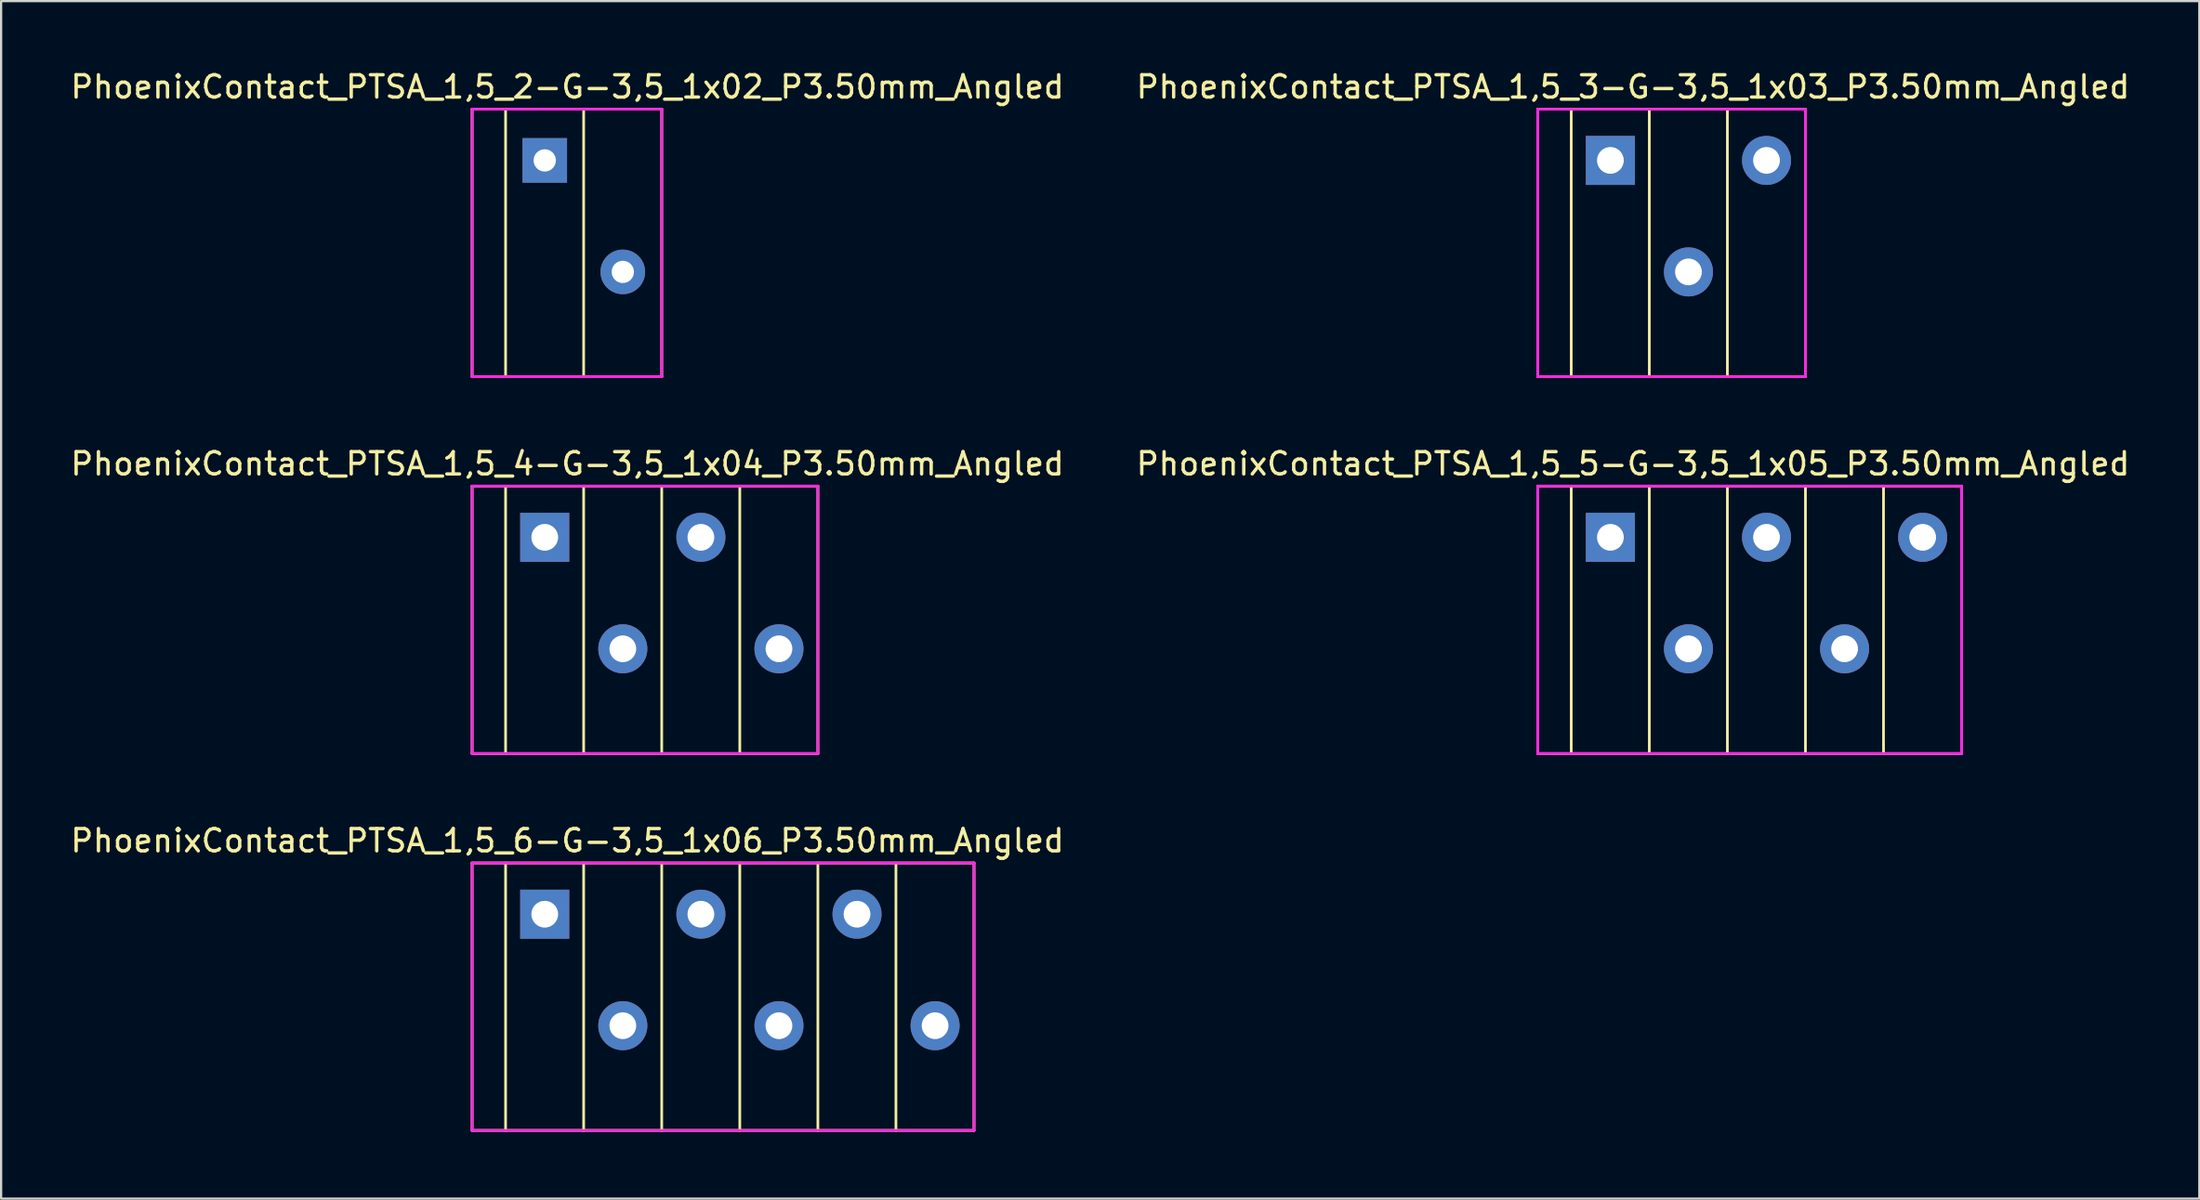
<source format=kicad_pcb>
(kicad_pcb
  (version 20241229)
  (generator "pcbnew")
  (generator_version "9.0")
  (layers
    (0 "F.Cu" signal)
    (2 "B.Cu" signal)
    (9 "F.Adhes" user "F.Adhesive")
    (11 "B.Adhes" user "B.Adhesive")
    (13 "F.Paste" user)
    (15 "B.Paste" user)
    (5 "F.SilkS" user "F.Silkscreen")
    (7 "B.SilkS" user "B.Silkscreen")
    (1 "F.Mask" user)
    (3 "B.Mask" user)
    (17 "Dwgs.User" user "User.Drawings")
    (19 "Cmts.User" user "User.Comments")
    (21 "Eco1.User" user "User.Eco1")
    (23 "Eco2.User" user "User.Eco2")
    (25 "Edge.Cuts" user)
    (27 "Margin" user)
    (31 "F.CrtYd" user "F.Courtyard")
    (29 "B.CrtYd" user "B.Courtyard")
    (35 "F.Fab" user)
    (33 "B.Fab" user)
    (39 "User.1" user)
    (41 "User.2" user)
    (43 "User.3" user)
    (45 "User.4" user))
  (footprint "PhoenixContact_PTSA_1,5_4-G-3,5_1x04_P3.50mm_Angled"
    (layer "F.Cu")
    (at 21.371 26.055)
    (property "Reference" "PhoenixContact_PTSA_1,5_4-G-3,5_1x04_P3.50mm_Angled" (at 1.016 -8.298 0) (layer "F.SilkS") (effects (font (size 1 1) (thickness 0.15))))
    (attr through_hole)
    (fp_line (start -3.255 -7.298) (end 12.245 -7.298) (stroke (width 0.12) (type solid)) (layer "F.SilkS"))
    (fp_line (start -3.255 4.702) (end -3.255 -7.298) (stroke (width 0.12) (type solid)) (layer "F.SilkS"))
    (fp_line (start -1.755 4.702) (end -1.755 -7.298) (stroke (width 0.12) (type solid)) (layer "F.SilkS"))
    (fp_line (start 1.745 4.702) (end 1.745 -7.298) (stroke (width 0.12) (type solid)) (layer "F.SilkS"))
    (fp_line (start 5.245 -7.298) (end 5.245 4.702) (stroke (width 0.12) (type solid)) (layer "F.SilkS"))
    (fp_line (start 8.745 -7.298) (end 8.745 4.702) (stroke (width 0.12) (type solid)) (layer "F.SilkS"))
    (fp_line (start 12.245 -7.298) (end 12.245 4.702) (stroke (width 0.12) (type solid)) (layer "F.SilkS"))
    (fp_line (start 12.245 4.702) (end -3.255 4.702) (stroke (width 0.12) (type solid)) (layer "F.SilkS"))
    (fp_line (start -3.255 -7.298) (end 12.245 -7.298) (stroke (width 0.12) (type solid)) (layer "F.CrtYd"))
    (fp_line (start -3.255 4.702) (end -3.255 -7.298) (stroke (width 0.12) (type solid)) (layer "F.CrtYd"))
    (fp_line (start 12.245 -7.298) (end 12.245 4.702) (stroke (width 0.12) (type solid)) (layer "F.CrtYd"))
    (fp_line (start 12.245 4.702) (end -3.255 4.702) (stroke (width 0.12) (type solid)) (layer "F.CrtYd"))
    (pad "1" thru_hole rect (at 0 -5) (size 2.2 2.2) (drill 1.2) (layers "*.Cu" "*.Mask"))
    (pad "2" thru_hole circle (at 3.5 0.002) (size 2.2 2.2) (drill 1.2) (layers "*.Cu" "*.Mask"))
    (pad "3" thru_hole circle (at 7 -5) (size 2.2 2.2) (drill 1.2) (layers "*.Cu" "*.Mask"))
    (pad "4" thru_hole circle (at 10.5 0.002) (size 2.2 2.2) (drill 1.2) (layers "*.Cu" "*.Mask")))
  (footprint "PhoenixContact_PTSA_1,5_2-G-3,5_1x02_P3.50mm_Angled"
    (layer "F.Cu")
    (at 21.371 9.146)
    (property "Reference" "PhoenixContact_PTSA_1,5_2-G-3,5_1x02_P3.50mm_Angled" (at 1.016 -8.298 0) (layer "F.SilkS") (effects (font (size 1 1) (thickness 0.15))))
    (attr through_hole)
    (fp_line (start -3.255 -7.298) (end 5.245 -7.298) (stroke (width 0.12) (type solid)) (layer "F.SilkS"))
    (fp_line (start -3.255 4.702) (end -3.255 -7.298) (stroke (width 0.12) (type solid)) (layer "F.SilkS"))
    (fp_line (start -1.755 4.702) (end -1.755 -7.298) (stroke (width 0.12) (type solid)) (layer "F.SilkS"))
    (fp_line (start 1.745 4.702) (end 1.745 -7.298) (stroke (width 0.12) (type solid)) (layer "F.SilkS"))
    (fp_line (start 5.245 -7.298) (end 5.245 4.702) (stroke (width 0.12) (type solid)) (layer "F.SilkS"))
    (fp_line (start 5.245 4.702) (end -3.255 4.702) (stroke (width 0.12) (type solid)) (layer "F.SilkS"))
    (fp_line (start -3.255 -7.298) (end 5.245 -7.298) (stroke (width 0.12) (type solid)) (layer "F.CrtYd"))
    (fp_line (start -3.255 4.702) (end -3.255 -7.298) (stroke (width 0.12) (type solid)) (layer "F.CrtYd"))
    (fp_line (start 5.245 -7.298) (end 5.245 4.702) (stroke (width 0.12) (type solid)) (layer "F.CrtYd"))
    (fp_line (start 5.245 4.702) (end -3.255 4.702) (stroke (width 0.12) (type solid)) (layer "F.CrtYd"))
    (pad "1" thru_hole rect (at 0 -5) (size 2 2) (drill 1) (layers "*.Cu" "*.Mask"))
    (pad "2" thru_hole circle (at 3.5 0.002) (size 2 2) (drill 1) (layers "*.Cu" "*.Mask")))
  (footprint "PhoenixContact_PTSA_1,5_5-G-3,5_1x05_P3.50mm_Angled"
    (layer "F.Cu")
    (at 69.145 26.055)
    (property "Reference" "PhoenixContact_PTSA_1,5_5-G-3,5_1x05_P3.50mm_Angled" (at 1.016 -8.298 0) (layer "F.SilkS") (effects (font (size 1 1) (thickness 0.15))))
    (attr through_hole)
    (fp_line (start -3.255 -7.298) (end 15.745 -7.298) (stroke (width 0.12) (type solid)) (layer "F.SilkS"))
    (fp_line (start -3.255 4.702) (end -3.255 -7.298) (stroke (width 0.12) (type solid)) (layer "F.SilkS"))
    (fp_line (start -1.755 4.702) (end -1.755 -7.298) (stroke (width 0.12) (type solid)) (layer "F.SilkS"))
    (fp_line (start 1.745 4.702) (end 1.745 -7.298) (stroke (width 0.12) (type solid)) (layer "F.SilkS"))
    (fp_line (start 5.245 -7.298) (end 5.245 4.702) (stroke (width 0.12) (type solid)) (layer "F.SilkS"))
    (fp_line (start 8.745 -7.298) (end 8.745 4.702) (stroke (width 0.12) (type solid)) (layer "F.SilkS"))
    (fp_line (start 12.245 -7.298) (end 12.245 4.702) (stroke (width 0.12) (type solid)) (layer "F.SilkS"))
    (fp_line (start 15.745 -7.298) (end 15.745 4.702) (stroke (width 0.12) (type solid)) (layer "F.SilkS"))
    (fp_line (start 15.745 4.702) (end -3.255 4.702) (stroke (width 0.12) (type solid)) (layer "F.SilkS"))
    (fp_line (start -3.255 -7.298) (end 15.745 -7.298) (stroke (width 0.12) (type solid)) (layer "F.CrtYd"))
    (fp_line (start -3.255 4.702) (end -3.255 -7.298) (stroke (width 0.12) (type solid)) (layer "F.CrtYd"))
    (fp_line (start 15.745 -7.298) (end 15.745 4.702) (stroke (width 0.12) (type solid)) (layer "F.CrtYd"))
    (fp_line (start 15.745 4.702) (end -3.255 4.702) (stroke (width 0.12) (type solid)) (layer "F.CrtYd"))
    (pad "1" thru_hole rect (at 0 -5) (size 2.2 2.2) (drill 1.2) (layers "*.Cu" "*.Mask"))
    (pad "2" thru_hole circle (at 3.5 0.002) (size 2.2 2.2) (drill 1.2) (layers "*.Cu" "*.Mask"))
    (pad "3" thru_hole circle (at 7 -5) (size 2.2 2.2) (drill 1.2) (layers "*.Cu" "*.Mask"))
    (pad "4" thru_hole circle (at 10.5 0.002) (size 2.2 2.2) (drill 1.2) (layers "*.Cu" "*.Mask"))
    (pad "5" thru_hole circle (at 14 -5) (size 2.2 2.2) (drill 1.2) (layers "*.Cu" "*.Mask")))
  (footprint "PhoenixContact_PTSA_1,5_3-G-3,5_1x03_P3.50mm_Angled"
    (layer "F.Cu")
    (at 69.145 9.146)
    (property "Reference" "PhoenixContact_PTSA_1,5_3-G-3,5_1x03_P3.50mm_Angled" (at 1.016 -8.298 0) (layer "F.SilkS") (effects (font (size 1 1) (thickness 0.15))))
    (attr through_hole)
    (fp_line (start -3.255 -7.298) (end 8.745 -7.298) (stroke (width 0.12) (type solid)) (layer "F.SilkS"))
    (fp_line (start -3.255 4.702) (end -3.255 -7.298) (stroke (width 0.12) (type solid)) (layer "F.SilkS"))
    (fp_line (start -1.755 4.702) (end -1.755 -7.298) (stroke (width 0.12) (type solid)) (layer "F.SilkS"))
    (fp_line (start 1.745 4.702) (end 1.745 -7.298) (stroke (width 0.12) (type solid)) (layer "F.SilkS"))
    (fp_line (start 5.245 -7.298) (end 5.245 4.702) (stroke (width 0.12) (type solid)) (layer "F.SilkS"))
    (fp_line (start 8.745 -7.298) (end 8.745 4.702) (stroke (width 0.12) (type solid)) (layer "F.SilkS"))
    (fp_line (start 8.745 4.702) (end -3.255 4.702) (stroke (width 0.12) (type solid)) (layer "F.SilkS"))
    (fp_line (start -3.255 -7.298) (end 8.745 -7.298) (stroke (width 0.12) (type solid)) (layer "F.CrtYd"))
    (fp_line (start -3.255 4.702) (end -3.255 -7.298) (stroke (width 0.12) (type solid)) (layer "F.CrtYd"))
    (fp_line (start 8.745 -7.298) (end 8.745 4.702) (stroke (width 0.12) (type solid)) (layer "F.CrtYd"))
    (fp_line (start 8.745 4.702) (end -3.255 4.702) (stroke (width 0.12) (type solid)) (layer "F.CrtYd"))
    (pad "1" thru_hole rect (at 0 -5) (size 2.2 2.2) (drill 1.2) (layers "*.Cu" "*.Mask"))
    (pad "2" thru_hole circle (at 3.5 0.002) (size 2.2 2.2) (drill 1.2) (layers "*.Cu" "*.Mask"))
    (pad "3" thru_hole circle (at 7 -5) (size 2.2 2.2) (drill 1.2) (layers "*.Cu" "*.Mask")))
  (footprint "PhoenixContact_PTSA_1,5_6-G-3,5_1x06_P3.50mm_Angled"
    (layer "F.Cu")
    (at 21.371 42.963)
    (property "Reference" "PhoenixContact_PTSA_1,5_6-G-3,5_1x06_P3.50mm_Angled" (at 1.016 -8.298 0) (layer "F.SilkS") (effects (font (size 1 1) (thickness 0.15))))
    (attr through_hole)
    (fp_line (start -3.255 -7.298) (end 19.245 -7.298) (stroke (width 0.12) (type solid)) (layer "F.SilkS"))
    (fp_line (start -3.255 4.702) (end -3.255 -7.298) (stroke (width 0.12) (type solid)) (layer "F.SilkS"))
    (fp_line (start -1.755 4.702) (end -1.755 -7.298) (stroke (width 0.12) (type solid)) (layer "F.SilkS"))
    (fp_line (start 1.745 4.702) (end 1.745 -7.298) (stroke (width 0.12) (type solid)) (layer "F.SilkS"))
    (fp_line (start 5.245 -7.298) (end 5.245 4.702) (stroke (width 0.12) (type solid)) (layer "F.SilkS"))
    (fp_line (start 8.745 -7.298) (end 8.745 4.702) (stroke (width 0.12) (type solid)) (layer "F.SilkS"))
    (fp_line (start 12.245 -7.298) (end 12.245 4.702) (stroke (width 0.12) (type solid)) (layer "F.SilkS"))
    (fp_line (start 15.745 -7.298) (end 15.745 4.702) (stroke (width 0.12) (type solid)) (layer "F.SilkS"))
    (fp_line (start 19.245 -7.298) (end 19.245 4.702) (stroke (width 0.12) (type solid)) (layer "F.SilkS"))
    (fp_line (start 19.245 4.702) (end -3.255 4.702) (stroke (width 0.12) (type solid)) (layer "F.SilkS"))
    (fp_line (start -3.255 -7.298) (end 19.245 -7.298) (stroke (width 0.12) (type solid)) (layer "F.CrtYd"))
    (fp_line (start -3.255 4.702) (end -3.255 -7.298) (stroke (width 0.12) (type solid)) (layer "F.CrtYd"))
    (fp_line (start 19.245 -7.298) (end 19.245 4.702) (stroke (width 0.12) (type solid)) (layer "F.CrtYd"))
    (fp_line (start 19.245 4.702) (end -3.255 4.702) (stroke (width 0.12) (type solid)) (layer "F.CrtYd"))
    (pad "1" thru_hole rect (at 0 -5) (size 2.2 2.2) (drill 1.2) (layers "*.Cu" "*.Mask"))
    (pad "2" thru_hole circle (at 3.5 0.002) (size 2.2 2.2) (drill 1.2) (layers "*.Cu" "*.Mask"))
    (pad "3" thru_hole circle (at 7 -5) (size 2.2 2.2) (drill 1.2) (layers "*.Cu" "*.Mask"))
    (pad "4" thru_hole circle (at 10.5 0.002) (size 2.2 2.2) (drill 1.2) (layers "*.Cu" "*.Mask"))
    (pad "5" thru_hole circle (at 14 -5) (size 2.2 2.2) (drill 1.2) (layers "*.Cu" "*.Mask"))
    (pad "6" thru_hole circle (at 17.5 0.002) (size 2.2 2.2) (drill 1.2) (layers "*.Cu" "*.Mask")))
  (gr_rect
    (start -3 -3)
    (end 95.548 50.725)
    (stroke (width 0.1) (type default))
    (fill no)
    (layer "Edge.Cuts")))
</source>
